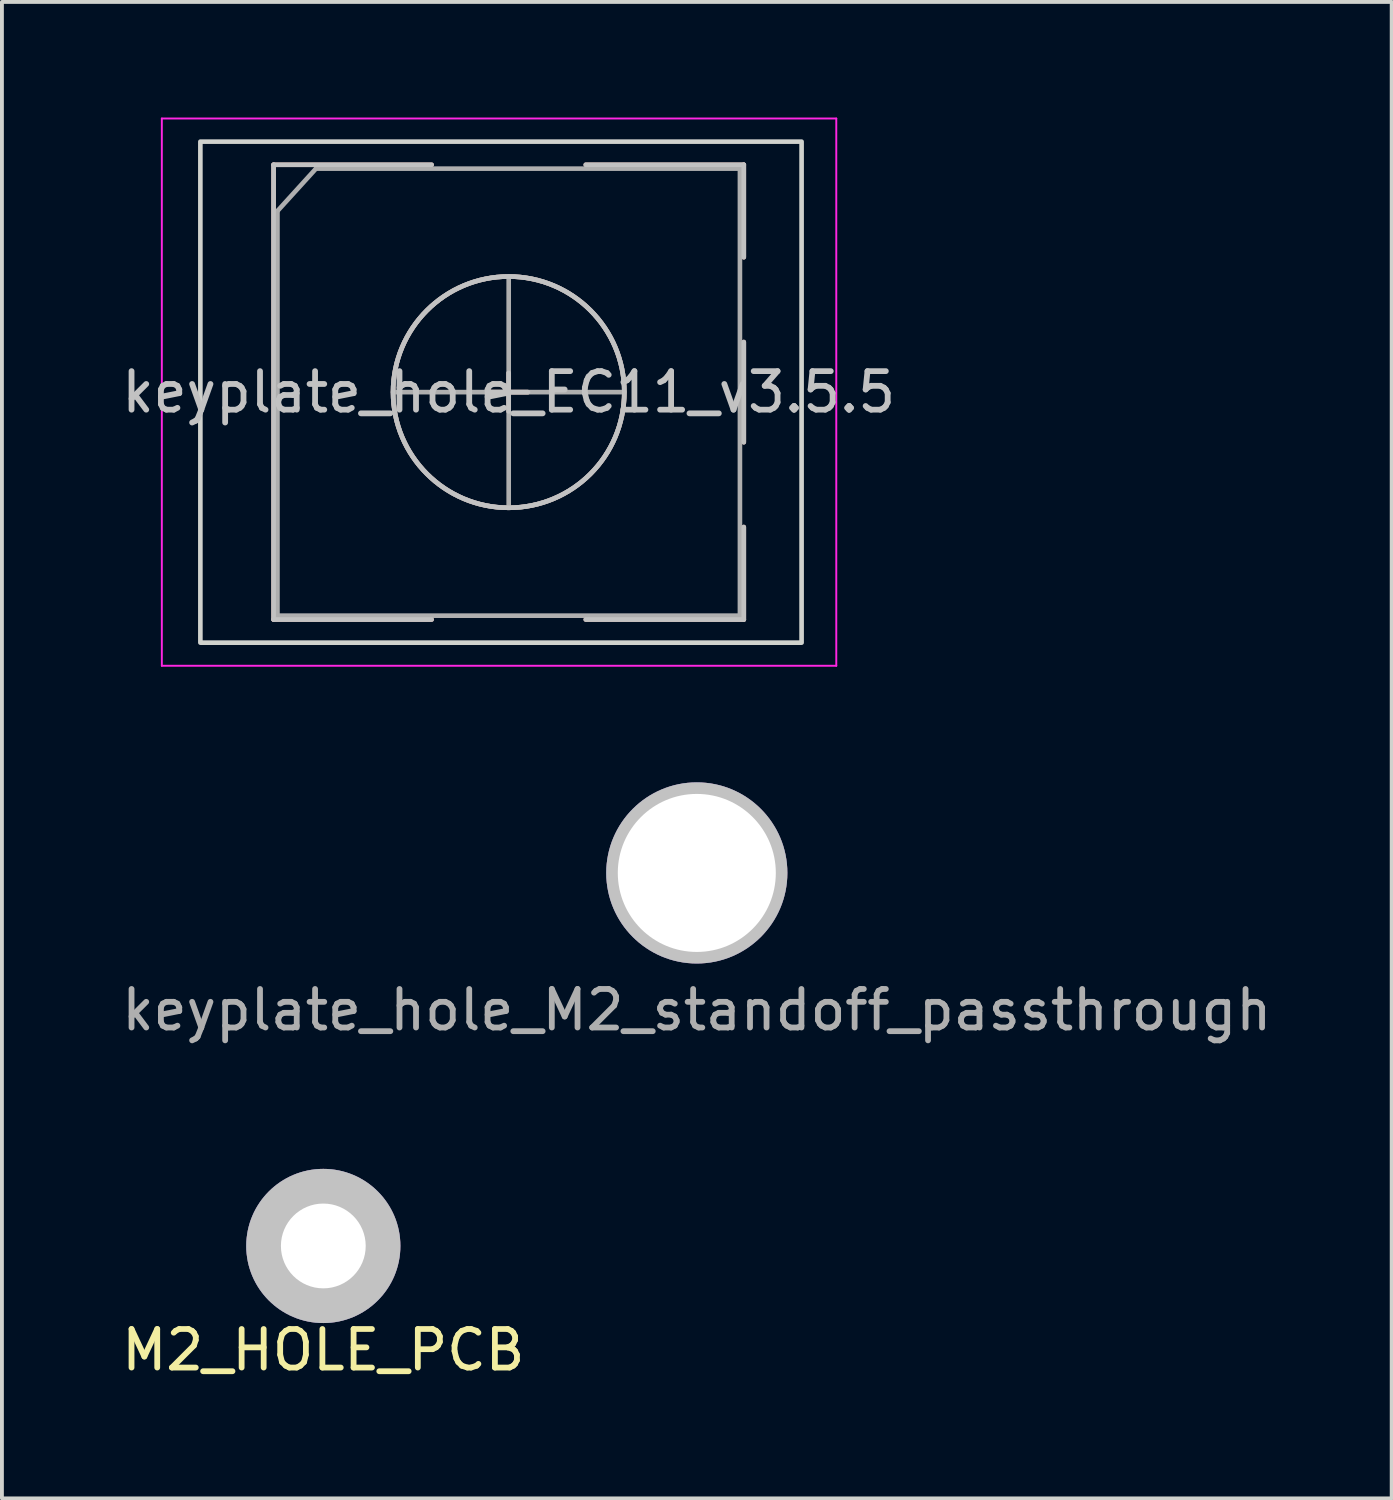
<source format=kicad_pcb>
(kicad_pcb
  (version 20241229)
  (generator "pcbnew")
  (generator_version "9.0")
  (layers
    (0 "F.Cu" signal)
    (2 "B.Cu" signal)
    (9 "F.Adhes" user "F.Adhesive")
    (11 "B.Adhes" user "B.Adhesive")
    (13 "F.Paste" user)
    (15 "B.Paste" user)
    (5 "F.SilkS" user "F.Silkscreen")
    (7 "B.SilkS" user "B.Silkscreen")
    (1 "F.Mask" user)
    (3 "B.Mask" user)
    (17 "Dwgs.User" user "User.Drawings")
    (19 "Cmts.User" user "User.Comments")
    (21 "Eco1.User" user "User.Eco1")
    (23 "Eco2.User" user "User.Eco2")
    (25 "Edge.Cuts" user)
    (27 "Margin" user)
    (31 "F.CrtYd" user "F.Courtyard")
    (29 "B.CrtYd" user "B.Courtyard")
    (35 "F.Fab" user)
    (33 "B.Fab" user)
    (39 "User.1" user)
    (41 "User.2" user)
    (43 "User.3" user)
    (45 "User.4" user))
  (footprint "keyplate_hole_M2_standoff_passthrough"
    (layer "F.Cu")
    (at 15.03 19.6)
    (property "Reference" "keyplate_hole_M2_standoff_passthrough" (at 0 3.556 0) (unlocked yes) (layer "F.Fab") (effects (font (size 1 1) (thickness 0.15))))
    (attr through_hole exclude_from_pos_files exclude_from_bom)
    (fp_circle (center 0 0) (end 2.05 0) (stroke (width 0.1) (type default)) (fill no) (layer "User.3"))
    (fp_circle (center 0 0) (end 2.05 0) (stroke (width 0.1) (type default)) (fill no) (layer "User.4"))
    (fp_circle (center 0 0) (end 1.1 0) (stroke (width 0.1) (type default)) (fill no) (layer "User.7"))
    (fp_circle (center 0 0) (end 1.1 0) (stroke (width 0.1) (type default)) (fill no) (layer "User.8"))
    (fp_circle (center 0 0) (end 1.1 0) (stroke (width 0.04) (type default)) (fill no) (layer "User.9"))
    (fp_circle (center 0 0) (end 1.1 0) (stroke (width 0.05) (type default)) (fill no) (layer "User.10"))
    (pad "" thru_hole circle (at 0 0 90) (size 4.7 4.7) (drill 4.1) (layers "*.Cu" "*.Mask" "Dwgs.User")))
  (footprint "keyplate_hole_EC11_v3.5.5"
    (layer "F.Cu")
    (at 10.149 7.125)
    (property "Reference" "keyplate_hole_EC11_v3.5.5" (at 0 0 0) (layer "Dwgs.User") (effects (font (size 1 1) (thickness 0.15))))
    (attr through_hole exclude_from_pos_files exclude_from_bom)
    (fp_line (start -6.1 -5.9) (end -6.1 5.9) (stroke (width 0.12) (type solid)) (layer "B.SilkS"))
    (fp_line (start -2 -5.9) (end -6.1 -5.9) (stroke (width 0.12) (type solid)) (layer "B.SilkS"))
    (fp_line (start -2 5.9) (end -6.1 5.9) (stroke (width 0.12) (type solid)) (layer "B.SilkS"))
    (fp_line (start -0.5 0) (end 0.5 0) (stroke (width 0.12) (type solid)) (layer "B.SilkS"))
    (fp_line (start 0 -0.5) (end 0 0.5) (stroke (width 0.12) (type solid)) (layer "B.SilkS"))
    (fp_line (start 2 -5.9) (end 6.1 -5.9) (stroke (width 0.12) (type solid)) (layer "B.SilkS"))
    (fp_line (start 6.1 -5.9) (end 6.1 -3.5) (stroke (width 0.12) (type solid)) (layer "B.SilkS"))
    (fp_line (start 6.1 -1.3) (end 6.1 1.3) (stroke (width 0.12) (type solid)) (layer "B.SilkS"))
    (fp_line (start 6.1 3.5) (end 6.1 5.9) (stroke (width 0.12) (type solid)) (layer "B.SilkS"))
    (fp_line (start 6.1 5.9) (end 2 5.9) (stroke (width 0.12) (type solid)) (layer "B.SilkS"))
    (fp_circle (center 0 0) (end 3 0) (stroke (width 0.12) (type solid)) (fill no) (layer "B.SilkS"))
    (fp_line (start -6.1 -5.9) (end -6.1 5.9) (stroke (width 0.12) (type solid)) (layer "Dwgs.User"))
    (fp_line (start -2 -5.9) (end -6.1 -5.9) (stroke (width 0.12) (type solid)) (layer "Dwgs.User"))
    (fp_line (start -2 5.9) (end -6.1 5.9) (stroke (width 0.12) (type solid)) (layer "Dwgs.User"))
    (fp_line (start -0.5 0) (end 0.5 0) (stroke (width 0.12) (type solid)) (layer "Dwgs.User"))
    (fp_line (start 0 -0.5) (end 0 0.5) (stroke (width 0.12) (type solid)) (layer "Dwgs.User"))
    (fp_line (start 2 -5.9) (end 6.1 -5.9) (stroke (width 0.12) (type solid)) (layer "Dwgs.User"))
    (fp_line (start 6.1 -5.9) (end 6.1 -3.5) (stroke (width 0.12) (type solid)) (layer "Dwgs.User"))
    (fp_line (start 6.1 -1.3) (end 6.1 1.3) (stroke (width 0.12) (type solid)) (layer "Dwgs.User"))
    (fp_line (start 6.1 3.5) (end 6.1 5.9) (stroke (width 0.12) (type solid)) (layer "Dwgs.User"))
    (fp_line (start 6.1 5.9) (end 2 5.9) (stroke (width 0.12) (type solid)) (layer "Dwgs.User"))
    (fp_circle (center 0 0) (end 3 0) (stroke (width 0.12) (type solid)) (fill no) (layer "Dwgs.User"))
    (fp_rect (start -8 -6.5) (end 7.6 6.5) (stroke (width 0.12) (type default)) (fill no) (layer "Edge.Cuts"))
    (fp_line (start -9 -7.1) (end -9 7.1) (stroke (width 0.05) (type solid)) (layer "F.CrtYd"))
    (fp_line (start -9 -7.1) (end 8.5 -7.1) (stroke (width 0.05) (type solid)) (layer "F.CrtYd"))
    (fp_line (start 8.5 7.1) (end -9 7.1) (stroke (width 0.05) (type solid)) (layer "F.CrtYd"))
    (fp_line (start 8.5 7.1) (end 8.5 -7.1) (stroke (width 0.05) (type solid)) (layer "F.CrtYd"))
    (fp_line (start -6 -4.7) (end -5 -5.8) (stroke (width 0.12) (type solid)) (layer "F.Fab"))
    (fp_line (start -6 5.8) (end -6 -4.7) (stroke (width 0.12) (type solid)) (layer "F.Fab"))
    (fp_line (start -5 -5.8) (end 6 -5.8) (stroke (width 0.12) (type solid)) (layer "F.Fab"))
    (fp_line (start -3 0) (end 3 0) (stroke (width 0.12) (type solid)) (layer "F.Fab"))
    (fp_line (start 0 -3) (end 0 3) (stroke (width 0.12) (type solid)) (layer "F.Fab"))
    (fp_line (start 6 -5.8) (end 6 5.8) (stroke (width 0.12) (type solid)) (layer "F.Fab"))
    (fp_line (start 6 5.8) (end -6 5.8) (stroke (width 0.12) (type solid)) (layer "F.Fab"))
    (fp_circle (center 0 0) (end 3 0) (stroke (width 0.12) (type solid)) (fill no) (layer "F.Fab")))
  (footprint "M2_HOLE_PCB"
    (layer "F.Cu")
    (at 5.339 29.279)
    (property "Reference" "M2_HOLE_PCB" (at 0 2.7 0) (layer "F.SilkS") (effects (font (size 1 1) (thickness 0.15))))
    (attr through_hole)
    (fp_circle (center 0.018 0) (end 1.118 0) (stroke (width 0.1) (type default)) (fill no) (layer "User.5"))
    (fp_circle (center 0.018 0) (end 1.118 0) (stroke (width 0.1) (type default)) (fill no) (layer "User.7"))
    (fp_circle (center 0.018 0) (end 1.118 0) (stroke (width 0.1) (type default)) (fill no) (layer "User.8"))
    (fp_circle (center 0 0) (end 2.2 0) (stroke (width 0.15) (type solid)) (fill no) (layer "User.9"))
    (fp_circle (center 0 0) (end 2.2 0) (stroke (width 0.15) (type solid)) (fill no) (layer "User.10"))
    (pad "" thru_hole circle (at 0 0) (size 4 4) (drill 2.2) (layers "*.Cu" "*.Mask" "Dwgs.User")))
  (gr_rect
    (start -3 -3)
    (end 33.06 35.828)
    (stroke (width 0.1) (type default))
    (fill no)
    (layer "Edge.Cuts")))
</source>
